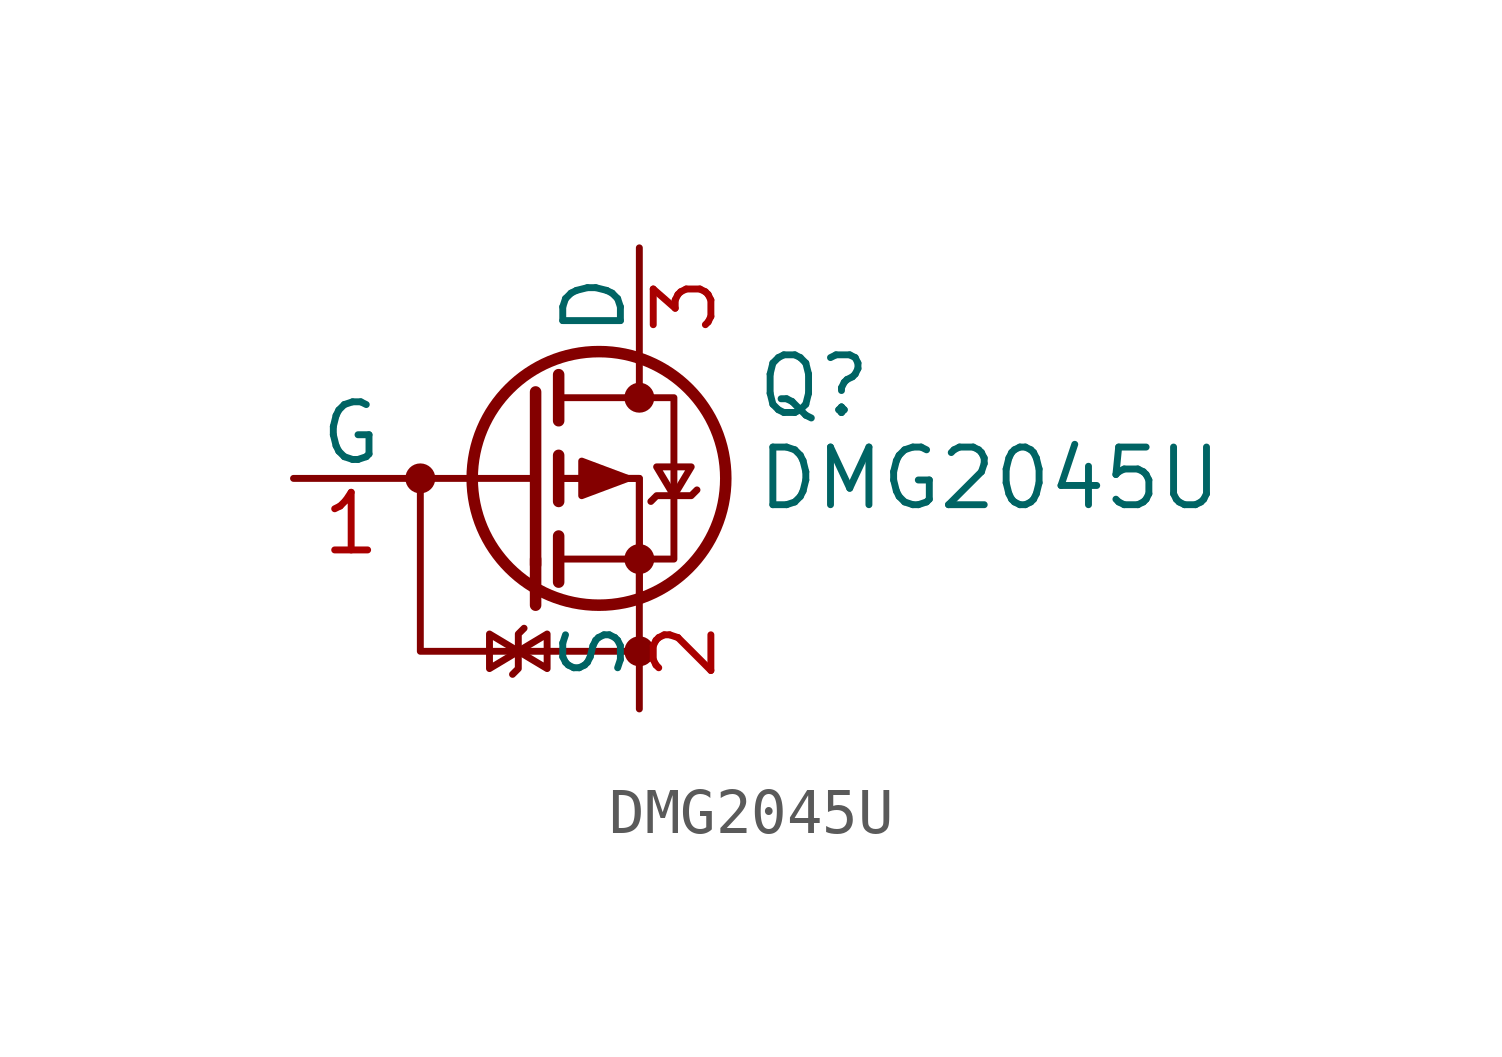
<source format=kicad_sym>
(kicad_symbol_lib
  (version 20241209)
  (generator "kicad_symbol_editor")
  (generator_version "9.0")
  (symbol "DMG2045U"
    (pin_names
      (offset 0))
    (property "Reference" "Q"
      (at 5.08 2.032 0)
      (effects (font (size 1.27 1.27)) (justify left)))
    (property "Value" "DMG2045U"
      (at 5.08 0 0)
      (effects (font (size 1.27 1.27)) (justify left)))
    (symbol "DMG2045U_0_1"
      (polyline (pts (xy 2.54 -3.81) (xy -2.286 -3.81) (xy -2.286 0)) (stroke (width 0) (type default)) (fill (type none))))
    (symbol "DMG2045U_1_1"
      (circle (center -2.286 0) (radius 0.254) (stroke (width 0) (type default)) (fill (type outline)))
      (polyline (pts (xy -0.254 -4.318) (xy -0.127 -4.191) (xy -0.127 -3.429) (xy 0 -3.302)) (stroke (width 0) (type default)) (fill (type none)))
      (polyline (pts (xy -0.127 -3.81) (xy -0.762 -3.429) (xy -0.762 -4.191) (xy -0.127 -3.81)) (stroke (width 0) (type default)) (fill (type none)))
      (polyline (pts (xy -0.127 -3.81) (xy 0.508 -4.191) (xy 0.508 -3.429) (xy -0.127 -3.81)) (stroke (width 0) (type default)) (fill (type none)))
      (polyline (pts (xy 0.254 1.905) (xy 0.254 -1.905)) (stroke (width 0.254) (type default)) (fill (type none)))
      (polyline (pts (xy 0.254 0) (xy -2.54 0)) (stroke (width 0) (type default)) (fill (type none)))
      (polyline (pts (xy 0.254 -1.778) (xy 0.254 -2.794)) (stroke (width 0.254) (type default)) (fill (type none)))
      (polyline (pts (xy 0.762 2.286) (xy 0.762 1.27)) (stroke (width 0.254) (type default)) (fill (type none)))
      (polyline (pts (xy 0.762 0.508) (xy 0.762 -0.508)) (stroke (width 0.254) (type default)) (fill (type none)))
      (polyline (pts (xy 0.762 -1.27) (xy 0.762 -2.286)) (stroke (width 0.254) (type default)) (fill (type none)))
      (polyline (pts (xy 0.762 -1.778) (xy 3.302 -1.778) (xy 3.302 1.778) (xy 0.762 1.778)) (stroke (width 0) (type default)) (fill (type none)))
      (circle (center 1.651 0) (radius 2.794) (stroke (width 0.254) (type default)) (fill (type none)))
      (polyline (pts (xy 2.286 0) (xy 1.27 -0.381) (xy 1.27 0.381) (xy 2.286 0)) (stroke (width 0) (type default)) (fill (type outline)))
      (polyline (pts (xy 2.54 2.54) (xy 2.54 1.778)) (stroke (width 0) (type default)) (fill (type none)))
      (circle (center 2.54 1.778) (radius 0.254) (stroke (width 0) (type default)) (fill (type outline)))
      (circle (center 2.54 -1.778) (radius 0.254) (stroke (width 0) (type default)) (fill (type outline)))
      (polyline (pts (xy 2.54 -2.54) (xy 2.54 0) (xy 0.762 0)) (stroke (width 0) (type default)) (fill (type none)))
      (polyline (pts (xy 2.54 -2.54) (xy 2.54 0) (xy 0.762 0)) (stroke (width 0) (type default)) (fill (type none)))
      (circle (center 2.54 -3.81) (radius 0.254) (stroke (width 0) (type default)) (fill (type outline)))
      (polyline (pts (xy 3.302 -0.381) (xy 3.683 0.254) (xy 2.921 0.254) (xy 3.302 -0.381)) (stroke (width 0) (type default)) (fill (type none)))
      (polyline (pts (xy 3.81 -0.254) (xy 3.683 -0.381) (xy 2.921 -0.381) (xy 2.794 -0.508)) (stroke (width 0) (type default)) (fill (type none)))
      (pin input line (at -5.08 0 0) (length 2.54) (name "G" (effects (font (size 1.27 1.27)))) (number "1" (effects (font (size 1.27 1.27)))))
      (pin passive line (at 2.54 5.08 270) (length 2.54) (name "D" (effects (font (size 1.27 1.27)))) (number "3" (effects (font (size 1.27 1.27)))))
      (pin passive line (at 2.54 -5.08 90) (length 2.54) (name "S" (effects (font (size 1.27 1.27)))) (number "2" (effects (font (size 1.27 1.27))))))))
</source>
